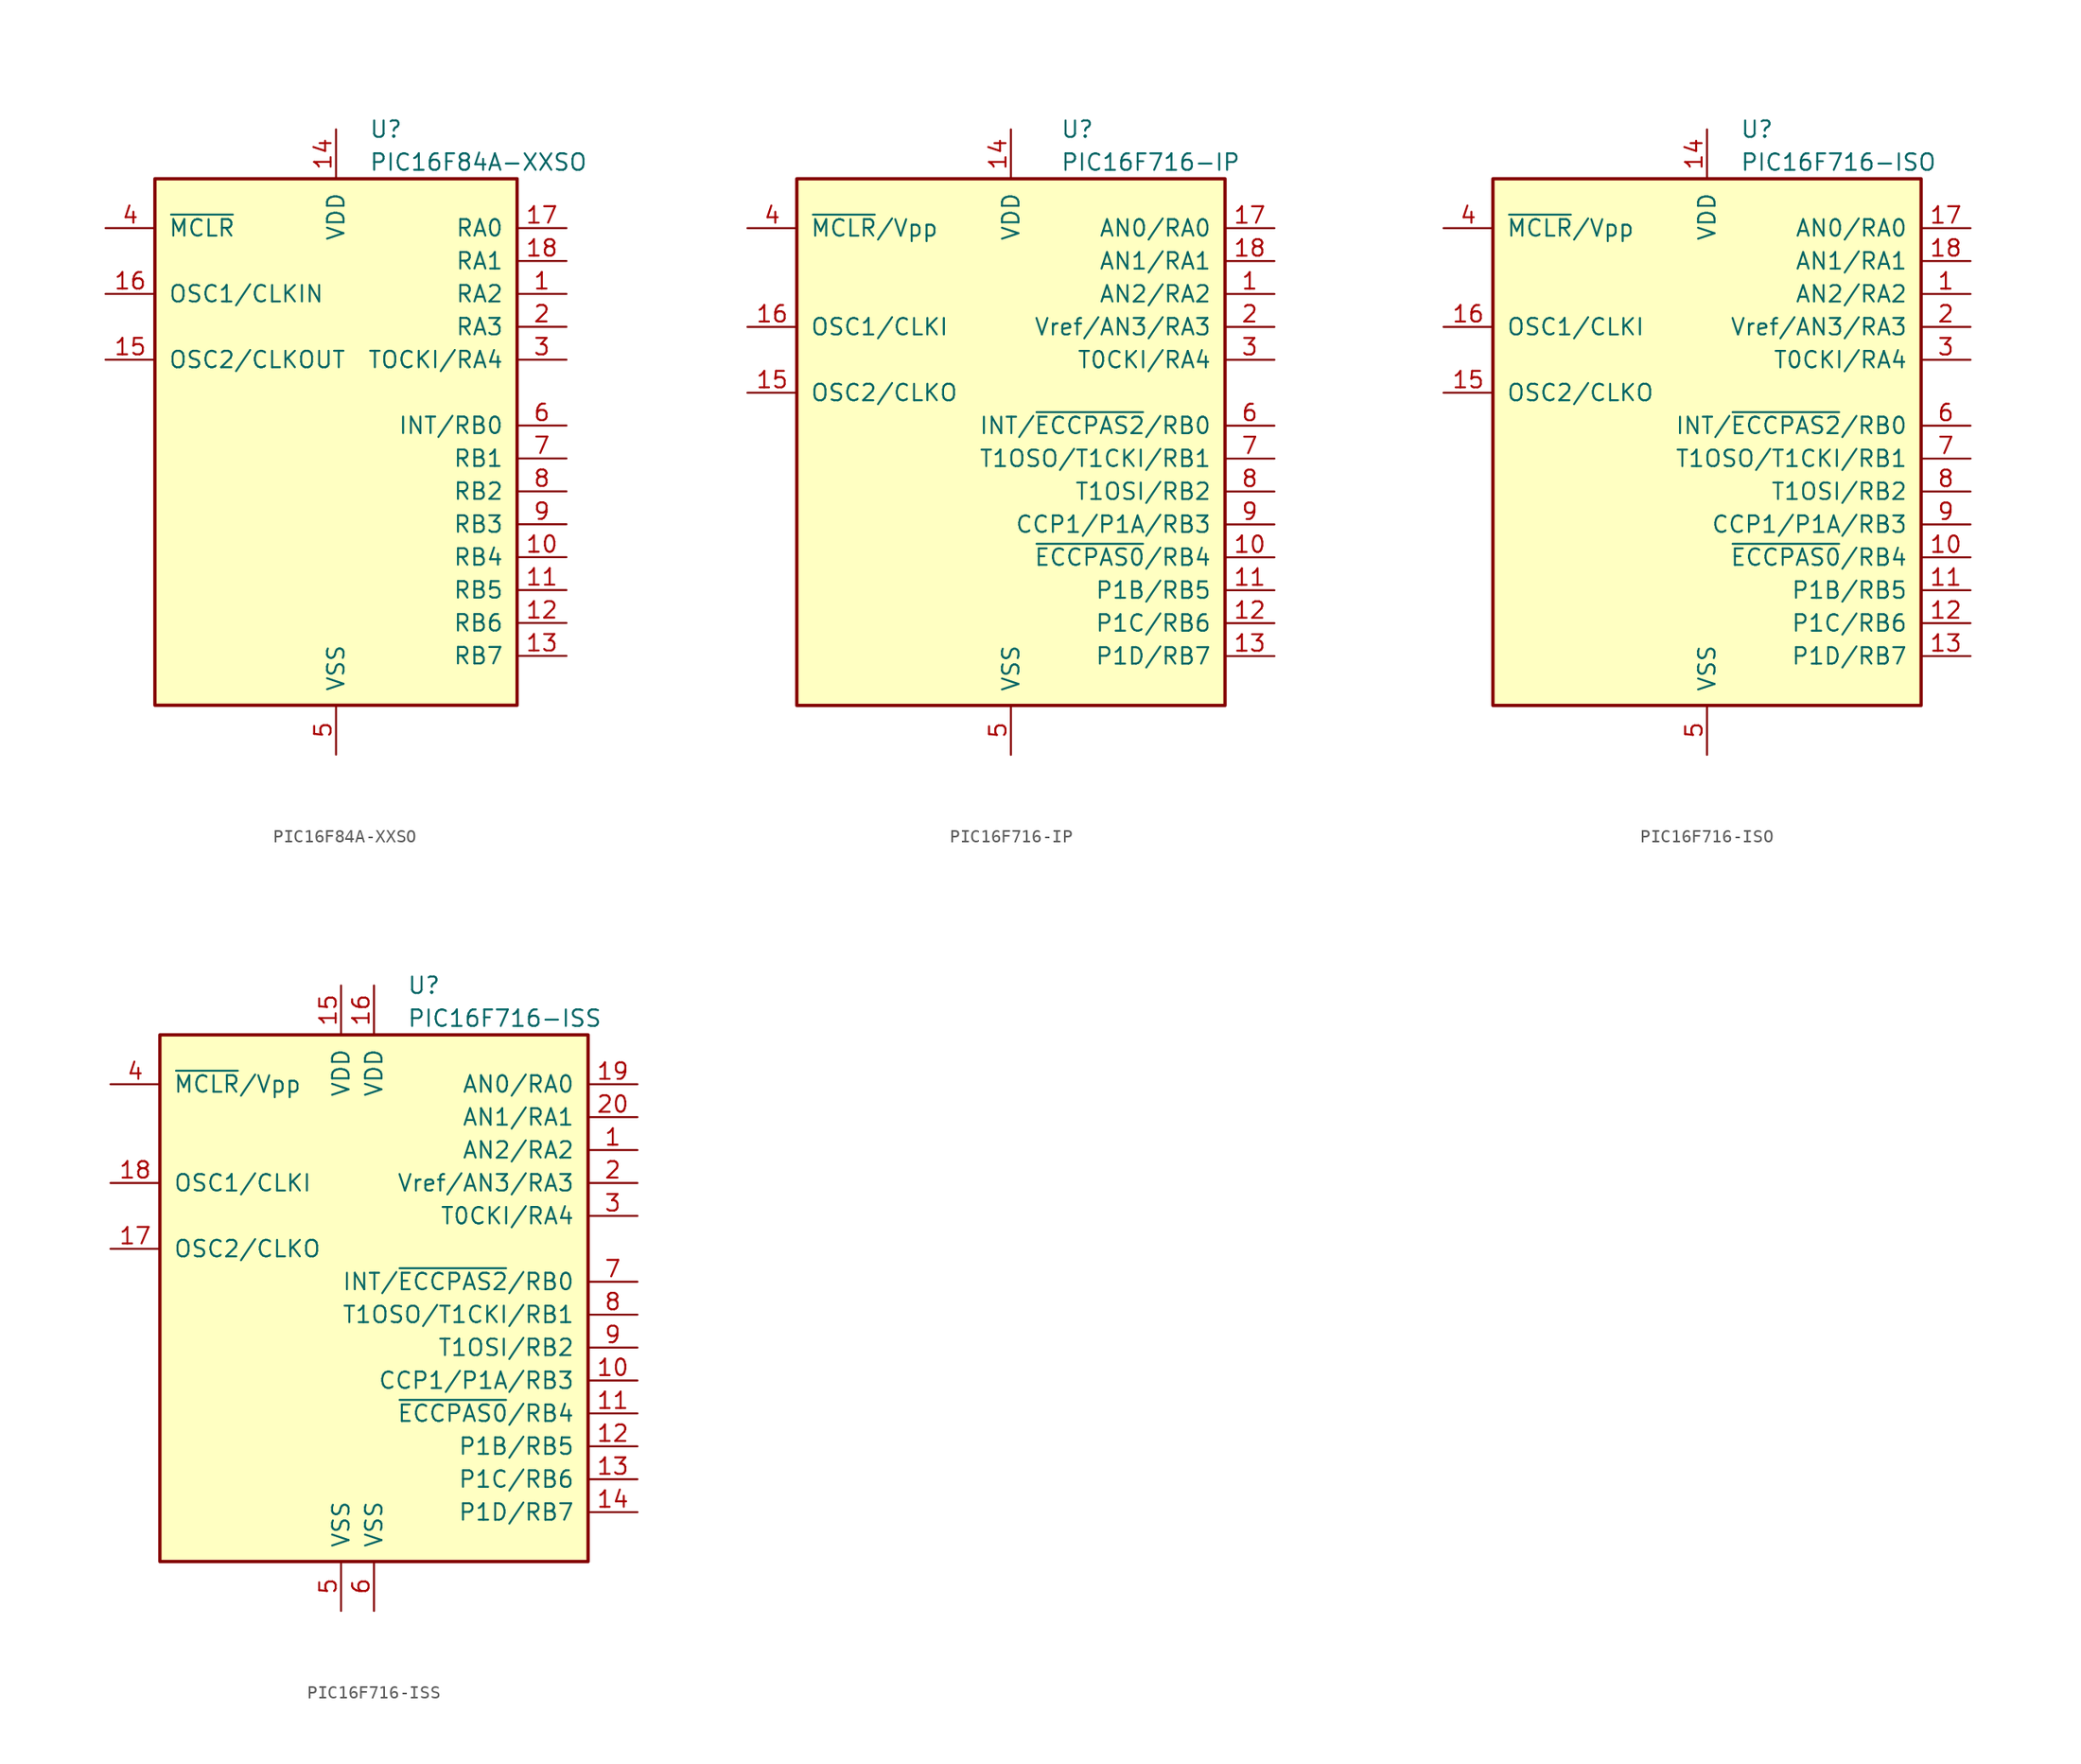
<source format=kicad_sym>
(kicad_symbol_lib
  (version 20211014)
  (generator kicad_symbol_editor)
  (symbol "PIC16F84A-XXSO"
    (pin_names
      (offset 1.016))
    (property "Reference" "U"
      (at 2.54 22.86 0)
      (effects (font (size 1.27 1.27)) (justify left)))
    (property "Value" "PIC16F84A-XXSO"
      (at 2.54 20.32 0)
      (effects (font (size 1.27 1.27)) (justify left)))
    (symbol "PIC16F84A-XXSO_0_1"
      (rectangle (start -13.97 19.05) (end 13.97 -21.59) (stroke (width 0.254) (type default) (color 0 0 0 0)) (fill (type background))))
    (symbol "PIC16F84A-XXSO_1_1"
      (pin bidirectional line (at 17.78 10.16 180) (length 3.81) (name "RA2" (effects (font (size 1.27 1.27)))) (number "1" (effects (font (size 1.27 1.27)))))
      (pin bidirectional line (at 17.78 -10.16 180) (length 3.81) (name "RB4" (effects (font (size 1.27 1.27)))) (number "10" (effects (font (size 1.27 1.27)))))
      (pin bidirectional line (at 17.78 -12.7 180) (length 3.81) (name "RB5" (effects (font (size 1.27 1.27)))) (number "11" (effects (font (size 1.27 1.27)))))
      (pin bidirectional line (at 17.78 -15.24 180) (length 3.81) (name "RB6" (effects (font (size 1.27 1.27)))) (number "12" (effects (font (size 1.27 1.27)))))
      (pin bidirectional line (at 17.78 -17.78 180) (length 3.81) (name "RB7" (effects (font (size 1.27 1.27)))) (number "13" (effects (font (size 1.27 1.27)))))
      (pin power_in line (at 0 22.86 270) (length 3.81) (name "VDD" (effects (font (size 1.27 1.27)))) (number "14" (effects (font (size 1.27 1.27)))))
      (pin output line (at -17.78 5.08 0) (length 3.81) (name "OSC2/CLKOUT" (effects (font (size 1.27 1.27)))) (number "15" (effects (font (size 1.27 1.27)))))
      (pin input line (at -17.78 10.16 0) (length 3.81) (name "OSC1/CLKIN" (effects (font (size 1.27 1.27)))) (number "16" (effects (font (size 1.27 1.27)))))
      (pin bidirectional line (at 17.78 15.24 180) (length 3.81) (name "RA0" (effects (font (size 1.27 1.27)))) (number "17" (effects (font (size 1.27 1.27)))))
      (pin bidirectional line (at 17.78 12.7 180) (length 3.81) (name "RA1" (effects (font (size 1.27 1.27)))) (number "18" (effects (font (size 1.27 1.27)))))
      (pin bidirectional line (at 17.78 7.62 180) (length 3.81) (name "RA3" (effects (font (size 1.27 1.27)))) (number "2" (effects (font (size 1.27 1.27)))))
      (pin bidirectional line (at 17.78 5.08 180) (length 3.81) (name "TOCKI/RA4" (effects (font (size 1.27 1.27)))) (number "3" (effects (font (size 1.27 1.27)))))
      (pin input line (at -17.78 15.24 0) (length 3.81) (name "~{MCLR}" (effects (font (size 1.27 1.27)))) (number "4" (effects (font (size 1.27 1.27)))))
      (pin power_in line (at 0 -25.4 90) (length 3.81) (name "VSS" (effects (font (size 1.27 1.27)))) (number "5" (effects (font (size 1.27 1.27)))))
      (pin bidirectional line (at 17.78 0 180) (length 3.81) (name "INT/RB0" (effects (font (size 1.27 1.27)))) (number "6" (effects (font (size 1.27 1.27)))))
      (pin bidirectional line (at 17.78 -2.54 180) (length 3.81) (name "RB1" (effects (font (size 1.27 1.27)))) (number "7" (effects (font (size 1.27 1.27)))))
      (pin bidirectional line (at 17.78 -5.08 180) (length 3.81) (name "RB2" (effects (font (size 1.27 1.27)))) (number "8" (effects (font (size 1.27 1.27)))))
      (pin bidirectional line (at 17.78 -7.62 180) (length 3.81) (name "RB3" (effects (font (size 1.27 1.27)))) (number "9" (effects (font (size 1.27 1.27)))))))
  (symbol "PIC16F716-IP"
    (pin_names
      (offset 1.016))
    (property "Reference" "U"
      (at 3.81 22.86 0)
      (effects (font (size 1.27 1.27)) (justify left)))
    (property "Value" "PIC16F716-IP"
      (at 3.81 20.32 0)
      (effects (font (size 1.27 1.27)) (justify left)))
    (symbol "PIC16F716-IP_0_1"
      (rectangle (start -16.51 19.05) (end 16.51 -21.59) (stroke (width 0.254) (type default) (color 0 0 0 0)) (fill (type background))))
    (symbol "PIC16F716-IP_1_1"
      (pin bidirectional line (at 20.32 10.16 180) (length 3.81) (name "AN2/RA2" (effects (font (size 1.27 1.27)))) (number "1" (effects (font (size 1.27 1.27)))))
      (pin bidirectional line (at 20.32 -10.16 180) (length 3.81) (name "~{ECCPAS0}/RB4" (effects (font (size 1.27 1.27)))) (number "10" (effects (font (size 1.27 1.27)))))
      (pin bidirectional line (at 20.32 -12.7 180) (length 3.81) (name "P1B/RB5" (effects (font (size 1.27 1.27)))) (number "11" (effects (font (size 1.27 1.27)))))
      (pin bidirectional line (at 20.32 -15.24 180) (length 3.81) (name "P1C/RB6" (effects (font (size 1.27 1.27)))) (number "12" (effects (font (size 1.27 1.27)))))
      (pin bidirectional line (at 20.32 -17.78 180) (length 3.81) (name "P1D/RB7" (effects (font (size 1.27 1.27)))) (number "13" (effects (font (size 1.27 1.27)))))
      (pin power_in line (at 0 22.86 270) (length 3.81) (name "VDD" (effects (font (size 1.27 1.27)))) (number "14" (effects (font (size 1.27 1.27)))))
      (pin output line (at -20.32 2.54 0) (length 3.81) (name "OSC2/CLKO" (effects (font (size 1.27 1.27)))) (number "15" (effects (font (size 1.27 1.27)))))
      (pin input line (at -20.32 7.62 0) (length 3.81) (name "OSC1/CLKI" (effects (font (size 1.27 1.27)))) (number "16" (effects (font (size 1.27 1.27)))))
      (pin bidirectional line (at 20.32 15.24 180) (length 3.81) (name "AN0/RA0" (effects (font (size 1.27 1.27)))) (number "17" (effects (font (size 1.27 1.27)))))
      (pin bidirectional line (at 20.32 12.7 180) (length 3.81) (name "AN1/RA1" (effects (font (size 1.27 1.27)))) (number "18" (effects (font (size 1.27 1.27)))))
      (pin bidirectional line (at 20.32 7.62 180) (length 3.81) (name "Vref/AN3/RA3" (effects (font (size 1.27 1.27)))) (number "2" (effects (font (size 1.27 1.27)))))
      (pin output line (at 20.32 5.08 180) (length 3.81) (name "T0CKI/RA4" (effects (font (size 1.27 1.27)))) (number "3" (effects (font (size 1.27 1.27)))))
      (pin input line (at -20.32 15.24 0) (length 3.81) (name "~{MCLR}/Vpp" (effects (font (size 1.27 1.27)))) (number "4" (effects (font (size 1.27 1.27)))))
      (pin power_in line (at 0 -25.4 90) (length 3.81) (name "VSS" (effects (font (size 1.27 1.27)))) (number "5" (effects (font (size 1.27 1.27)))))
      (pin bidirectional line (at 20.32 0 180) (length 3.81) (name "INT/~{ECCPAS2}/RB0" (effects (font (size 1.27 1.27)))) (number "6" (effects (font (size 1.27 1.27)))))
      (pin bidirectional line (at 20.32 -2.54 180) (length 3.81) (name "T1OSO/T1CKI/RB1" (effects (font (size 1.27 1.27)))) (number "7" (effects (font (size 1.27 1.27)))))
      (pin bidirectional line (at 20.32 -5.08 180) (length 3.81) (name "T1OSI/RB2" (effects (font (size 1.27 1.27)))) (number "8" (effects (font (size 1.27 1.27)))))
      (pin bidirectional line (at 20.32 -7.62 180) (length 3.81) (name "CCP1/P1A/RB3" (effects (font (size 1.27 1.27)))) (number "9" (effects (font (size 1.27 1.27)))))))
  (symbol "PIC16F716-ISO"
    (pin_names
      (offset 1.016))
    (property "Reference" "U"
      (at 2.54 22.86 0)
      (effects (font (size 1.27 1.27)) (justify left)))
    (property "Value" "PIC16F716-ISO"
      (at 2.54 20.32 0)
      (effects (font (size 1.27 1.27)) (justify left)))
    (symbol "PIC16F716-ISO_0_1"
      (rectangle (start -16.51 19.05) (end 16.51 -21.59) (stroke (width 0.254) (type default) (color 0 0 0 0)) (fill (type background))))
    (symbol "PIC16F716-ISO_1_1"
      (pin bidirectional line (at 20.32 10.16 180) (length 3.81) (name "AN2/RA2" (effects (font (size 1.27 1.27)))) (number "1" (effects (font (size 1.27 1.27)))))
      (pin bidirectional line (at 20.32 -10.16 180) (length 3.81) (name "~{ECCPAS0}/RB4" (effects (font (size 1.27 1.27)))) (number "10" (effects (font (size 1.27 1.27)))))
      (pin bidirectional line (at 20.32 -12.7 180) (length 3.81) (name "P1B/RB5" (effects (font (size 1.27 1.27)))) (number "11" (effects (font (size 1.27 1.27)))))
      (pin bidirectional line (at 20.32 -15.24 180) (length 3.81) (name "P1C/RB6" (effects (font (size 1.27 1.27)))) (number "12" (effects (font (size 1.27 1.27)))))
      (pin bidirectional line (at 20.32 -17.78 180) (length 3.81) (name "P1D/RB7" (effects (font (size 1.27 1.27)))) (number "13" (effects (font (size 1.27 1.27)))))
      (pin power_in line (at 0 22.86 270) (length 3.81) (name "VDD" (effects (font (size 1.27 1.27)))) (number "14" (effects (font (size 1.27 1.27)))))
      (pin output line (at -20.32 2.54 0) (length 3.81) (name "OSC2/CLKO" (effects (font (size 1.27 1.27)))) (number "15" (effects (font (size 1.27 1.27)))))
      (pin input line (at -20.32 7.62 0) (length 3.81) (name "OSC1/CLKI" (effects (font (size 1.27 1.27)))) (number "16" (effects (font (size 1.27 1.27)))))
      (pin bidirectional line (at 20.32 15.24 180) (length 3.81) (name "AN0/RA0" (effects (font (size 1.27 1.27)))) (number "17" (effects (font (size 1.27 1.27)))))
      (pin bidirectional line (at 20.32 12.7 180) (length 3.81) (name "AN1/RA1" (effects (font (size 1.27 1.27)))) (number "18" (effects (font (size 1.27 1.27)))))
      (pin bidirectional line (at 20.32 7.62 180) (length 3.81) (name "Vref/AN3/RA3" (effects (font (size 1.27 1.27)))) (number "2" (effects (font (size 1.27 1.27)))))
      (pin output line (at 20.32 5.08 180) (length 3.81) (name "T0CKI/RA4" (effects (font (size 1.27 1.27)))) (number "3" (effects (font (size 1.27 1.27)))))
      (pin input line (at -20.32 15.24 0) (length 3.81) (name "~{MCLR}/Vpp" (effects (font (size 1.27 1.27)))) (number "4" (effects (font (size 1.27 1.27)))))
      (pin power_in line (at 0 -25.4 90) (length 3.81) (name "VSS" (effects (font (size 1.27 1.27)))) (number "5" (effects (font (size 1.27 1.27)))))
      (pin bidirectional line (at 20.32 0 180) (length 3.81) (name "INT/~{ECCPAS2}/RB0" (effects (font (size 1.27 1.27)))) (number "6" (effects (font (size 1.27 1.27)))))
      (pin bidirectional line (at 20.32 -2.54 180) (length 3.81) (name "T1OSO/T1CKI/RB1" (effects (font (size 1.27 1.27)))) (number "7" (effects (font (size 1.27 1.27)))))
      (pin bidirectional line (at 20.32 -5.08 180) (length 3.81) (name "T1OSI/RB2" (effects (font (size 1.27 1.27)))) (number "8" (effects (font (size 1.27 1.27)))))
      (pin bidirectional line (at 20.32 -7.62 180) (length 3.81) (name "CCP1/P1A/RB3" (effects (font (size 1.27 1.27)))) (number "9" (effects (font (size 1.27 1.27)))))))
  (symbol "PIC16F716-ISS"
    (pin_names
      (offset 1.016))
    (property "Reference" "U"
      (at 2.54 22.86 0)
      (effects (font (size 1.27 1.27)) (justify left)))
    (property "Value" "PIC16F716-ISS"
      (at 2.54 20.32 0)
      (effects (font (size 1.27 1.27)) (justify left)))
    (symbol "PIC16F716-ISS_0_1"
      (rectangle (start -16.51 19.05) (end 16.51 -21.59) (stroke (width 0.254) (type default) (color 0 0 0 0)) (fill (type background))))
    (symbol "PIC16F716-ISS_1_1"
      (pin bidirectional line (at 20.32 10.16 180) (length 3.81) (name "AN2/RA2" (effects (font (size 1.27 1.27)))) (number "1" (effects (font (size 1.27 1.27)))))
      (pin bidirectional line (at 20.32 -7.62 180) (length 3.81) (name "CCP1/P1A/RB3" (effects (font (size 1.27 1.27)))) (number "10" (effects (font (size 1.27 1.27)))))
      (pin bidirectional line (at 20.32 -10.16 180) (length 3.81) (name "~{ECCPAS0}/RB4" (effects (font (size 1.27 1.27)))) (number "11" (effects (font (size 1.27 1.27)))))
      (pin bidirectional line (at 20.32 -12.7 180) (length 3.81) (name "P1B/RB5" (effects (font (size 1.27 1.27)))) (number "12" (effects (font (size 1.27 1.27)))))
      (pin bidirectional line (at 20.32 -15.24 180) (length 3.81) (name "P1C/RB6" (effects (font (size 1.27 1.27)))) (number "13" (effects (font (size 1.27 1.27)))))
      (pin bidirectional line (at 20.32 -17.78 180) (length 3.81) (name "P1D/RB7" (effects (font (size 1.27 1.27)))) (number "14" (effects (font (size 1.27 1.27)))))
      (pin power_in line (at -2.54 22.86 270) (length 3.81) (name "VDD" (effects (font (size 1.27 1.27)))) (number "15" (effects (font (size 1.27 1.27)))))
      (pin power_in line (at 0 22.86 270) (length 3.81) (name "VDD" (effects (font (size 1.27 1.27)))) (number "16" (effects (font (size 1.27 1.27)))))
      (pin output line (at -20.32 2.54 0) (length 3.81) (name "OSC2/CLKO" (effects (font (size 1.27 1.27)))) (number "17" (effects (font (size 1.27 1.27)))))
      (pin input line (at -20.32 7.62 0) (length 3.81) (name "OSC1/CLKI" (effects (font (size 1.27 1.27)))) (number "18" (effects (font (size 1.27 1.27)))))
      (pin bidirectional line (at 20.32 15.24 180) (length 3.81) (name "AN0/RA0" (effects (font (size 1.27 1.27)))) (number "19" (effects (font (size 1.27 1.27)))))
      (pin bidirectional line (at 20.32 7.62 180) (length 3.81) (name "Vref/AN3/RA3" (effects (font (size 1.27 1.27)))) (number "2" (effects (font (size 1.27 1.27)))))
      (pin bidirectional line (at 20.32 12.7 180) (length 3.81) (name "AN1/RA1" (effects (font (size 1.27 1.27)))) (number "20" (effects (font (size 1.27 1.27)))))
      (pin output line (at 20.32 5.08 180) (length 3.81) (name "T0CKI/RA4" (effects (font (size 1.27 1.27)))) (number "3" (effects (font (size 1.27 1.27)))))
      (pin input line (at -20.32 15.24 0) (length 3.81) (name "~{MCLR}/Vpp" (effects (font (size 1.27 1.27)))) (number "4" (effects (font (size 1.27 1.27)))))
      (pin power_in line (at -2.54 -25.4 90) (length 3.81) (name "VSS" (effects (font (size 1.27 1.27)))) (number "5" (effects (font (size 1.27 1.27)))))
      (pin power_in line (at 0 -25.4 90) (length 3.81) (name "VSS" (effects (font (size 1.27 1.27)))) (number "6" (effects (font (size 1.27 1.27)))))
      (pin bidirectional line (at 20.32 0 180) (length 3.81) (name "INT/~{ECCPAS2}/RB0" (effects (font (size 1.27 1.27)))) (number "7" (effects (font (size 1.27 1.27)))))
      (pin bidirectional line (at 20.32 -2.54 180) (length 3.81) (name "T1OSO/T1CKI/RB1" (effects (font (size 1.27 1.27)))) (number "8" (effects (font (size 1.27 1.27)))))
      (pin bidirectional line (at 20.32 -5.08 180) (length 3.81) (name "T1OSI/RB2" (effects (font (size 1.27 1.27)))) (number "9" (effects (font (size 1.27 1.27))))))))
</source>
